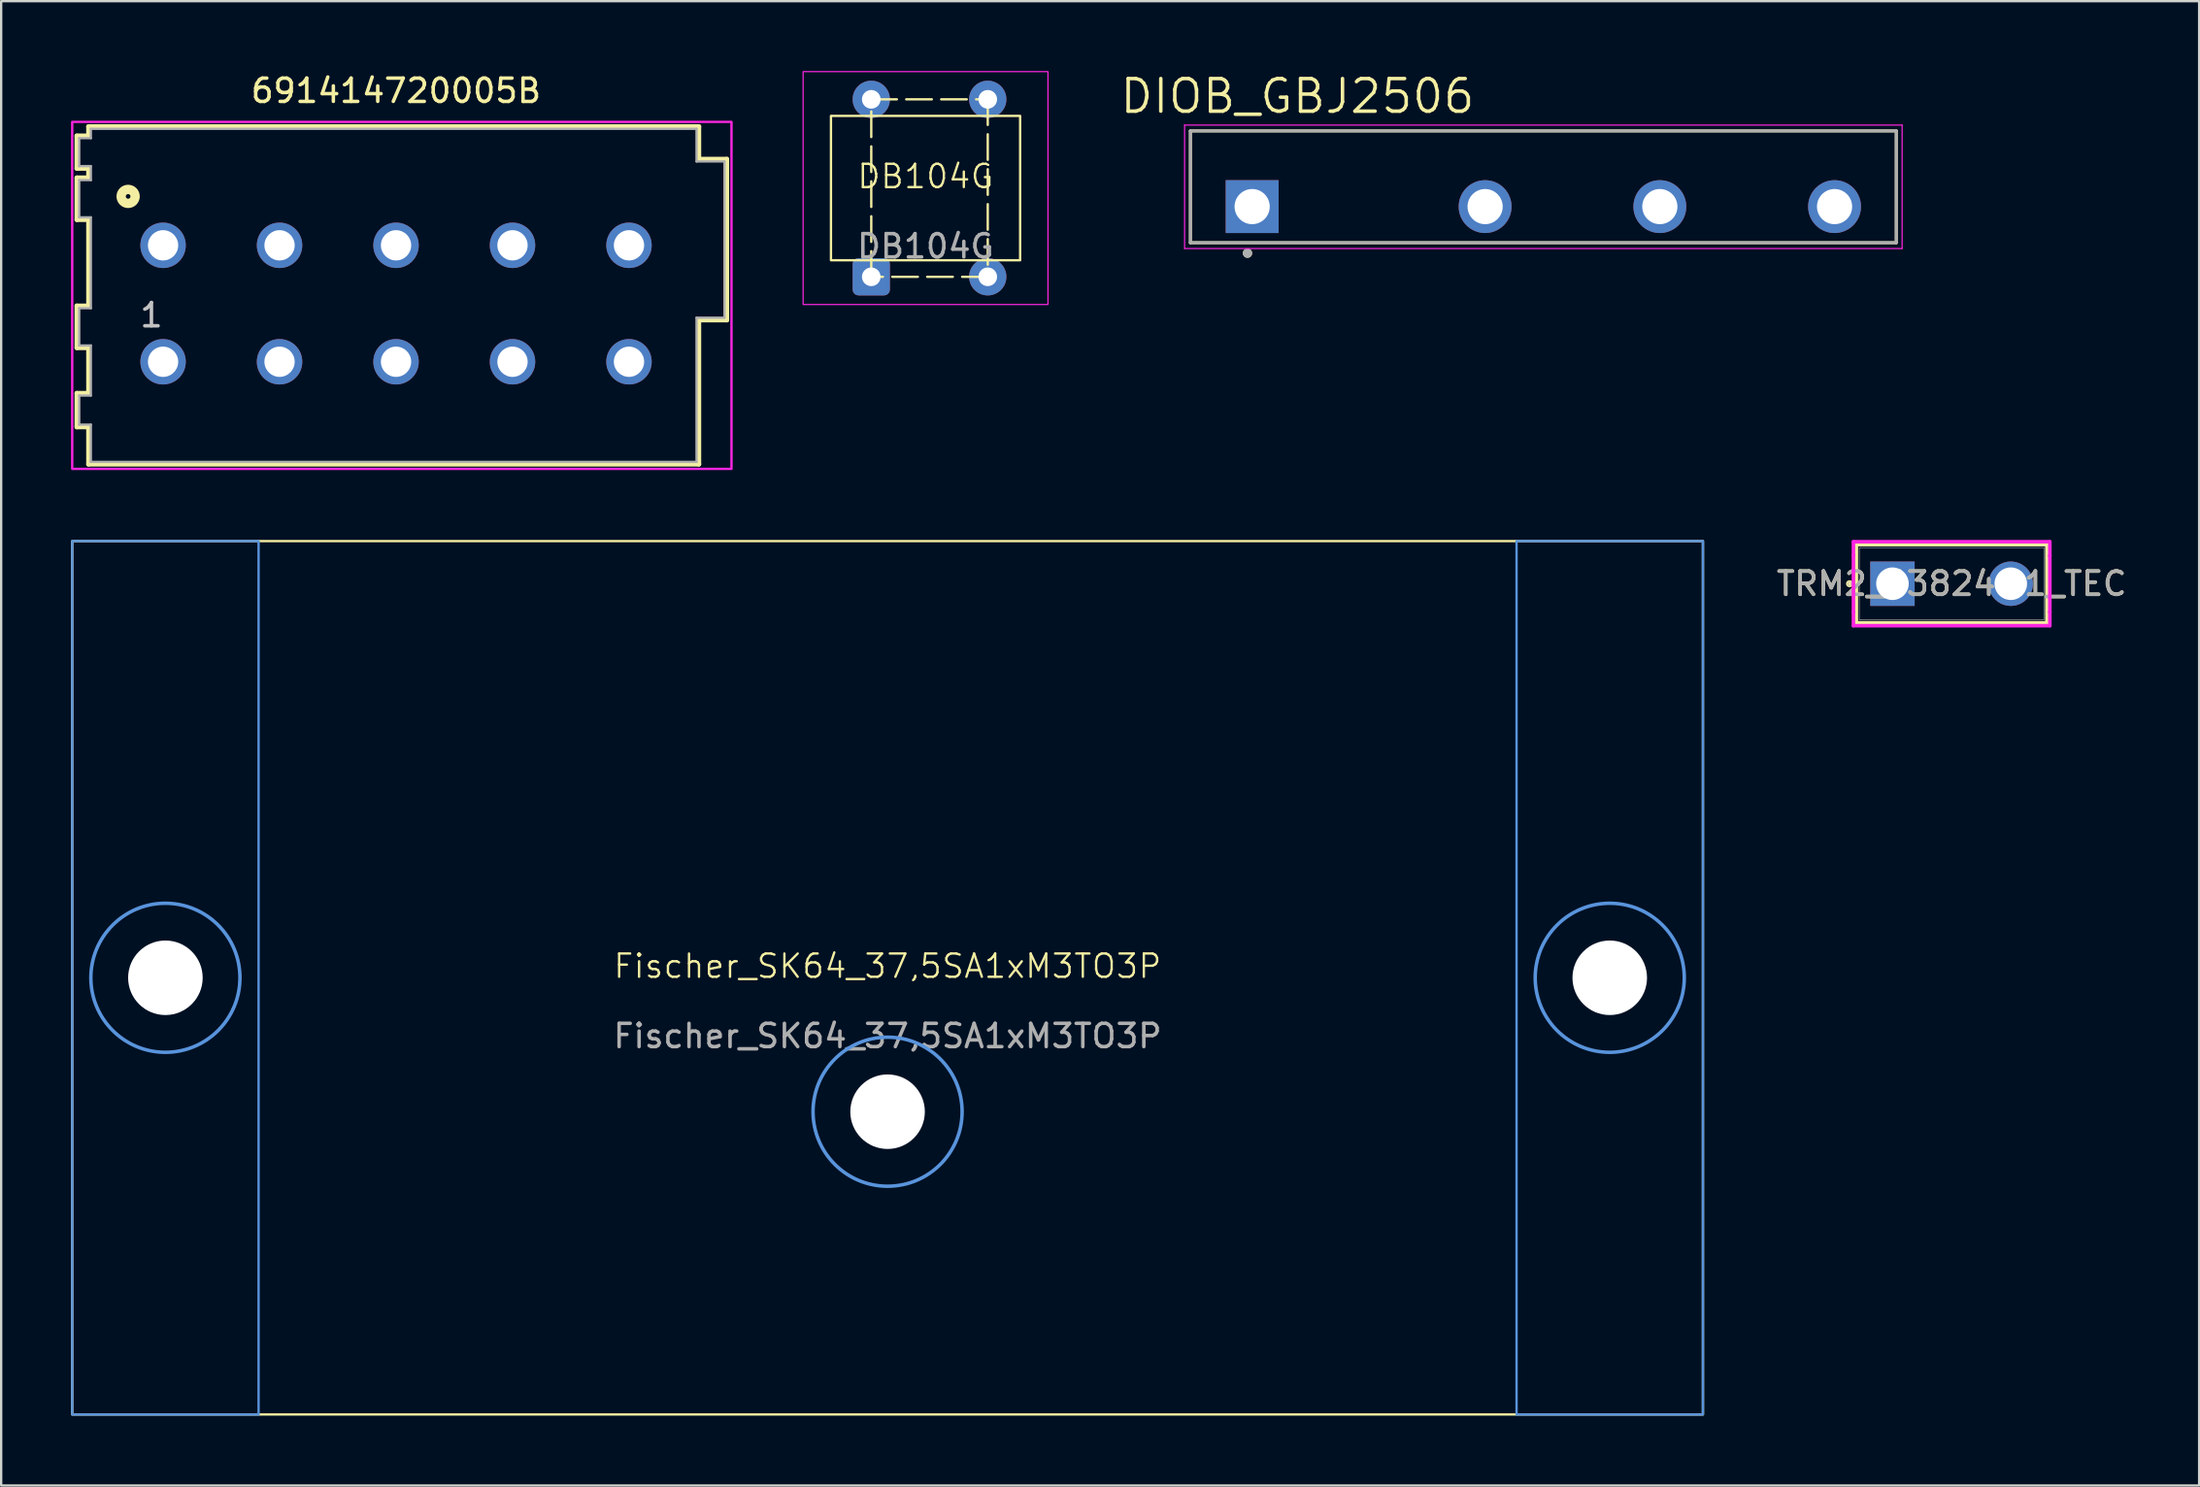
<source format=kicad_pcb>
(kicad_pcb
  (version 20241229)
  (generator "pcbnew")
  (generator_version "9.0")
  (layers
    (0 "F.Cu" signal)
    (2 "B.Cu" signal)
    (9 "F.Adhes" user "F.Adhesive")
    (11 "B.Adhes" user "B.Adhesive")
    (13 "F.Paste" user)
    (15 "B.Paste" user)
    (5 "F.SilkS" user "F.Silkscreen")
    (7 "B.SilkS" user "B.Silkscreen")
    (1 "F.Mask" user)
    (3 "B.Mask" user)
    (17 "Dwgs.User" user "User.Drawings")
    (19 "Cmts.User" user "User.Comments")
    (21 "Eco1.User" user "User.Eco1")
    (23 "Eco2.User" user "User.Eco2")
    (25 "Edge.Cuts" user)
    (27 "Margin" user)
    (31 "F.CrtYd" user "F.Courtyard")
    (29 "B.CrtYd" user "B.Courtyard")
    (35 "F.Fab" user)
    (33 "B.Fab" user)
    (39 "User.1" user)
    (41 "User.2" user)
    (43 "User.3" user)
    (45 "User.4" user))
  (footprint "Fischer_SK64_37,5SA1xM3TO3P"
    (layer "F.Cu")
    (at 35.05 38.933)
    (property "Reference" "Fischer_SK64_37,5SA1xM3TO3P" (at 0 -0.5 0) (unlocked yes) (layer "F.SilkS") (effects (font (size 1 1) (thickness 0.1))))
    (fp_rect (start -35 -18.75) (end 35 18.75) (stroke (width 0.1) (type solid)) (fill no) (layer "F.SilkS"))
    (fp_rect (start -35 -18.75) (end -27 18.75) (stroke (width 0.1) (type solid)) (fill no) (layer "Cmts.User"))
    (fp_rect (start 27 -18.75) (end 35 18.75) (stroke (width 0.1) (type solid)) (fill no) (layer "Cmts.User"))
    (fp_circle (center -31 0) (end -27.8 0) (stroke (width 0.15) (type solid)) (fill no) (layer "Cmts.User"))
    (fp_circle (center 0 5.75) (end 3.2 5.75) (stroke (width 0.15) (type solid)) (fill no) (layer "Cmts.User"))
    (fp_circle (center 31 0) (end 34.2 0) (stroke (width 0.15) (type solid)) (fill no) (layer "Cmts.User"))
    (fp_text user "${REFERENCE}" (at 0 2.5 0) (unlocked yes) (layer "F.Fab") (effects (font (size 1 1) (thickness 0.15))))
    (pad "" np_thru_hole circle (at -31 0) (size 3.2 3.2) (drill 3.2) (layers "*.Cu" "*.Mask"))
    (pad "" np_thru_hole circle (at 0 5.75) (size 3.2 3.2) (drill 3.2) (layers "*.Cu" "*.Mask"))
    (pad "" np_thru_hole circle (at 31 0) (size 3.2 3.2) (drill 3.2) (layers "*.Cu" "*.Mask"))
    (zone (net_name "") (layers "F.Cu" "B.Cu") (hatch edge 0.5) (connect_pads) (min_thickness 0.25) (filled_areas_thickness no) (keepout (tracks not_allowed) (vias not_allowed) (pads allowed) (copperpour not_allowed) (footprints allowed)) (placement (enabled no)) (fill) (polygon (pts (xy 7.245 38.754) (xy 7.205 38.397) (xy 7.125 38.047) (xy 7.006 37.709) (xy 6.851 37.385) (xy 6.66 37.082) (xy 6.436 36.801) (xy 6.182 36.547) (xy 5.902 36.323) (xy 5.598 36.133) (xy 5.275 35.977) (xy 4.936 35.858) (xy 4.586 35.778) (xy 4.229 35.738) (xy 3.871 35.738) (xy 3.514 35.778) (xy 3.164 35.858) (xy 2.825 35.977) (xy 2.502 36.133) (xy 2.198 36.323) (xy 1.918 36.547) (xy 1.664 36.801) (xy 1.44 37.082) (xy 1.249 37.385) (xy 1.094 37.709) (xy 0.975 38.047) (xy 0.895 38.397) (xy 0.855 38.754) (xy 0.855 39.113) (xy 0.895 39.469) (xy 0.975 39.819) (xy 1.094 40.158) (xy 1.249 40.481) (xy 1.44 40.785) (xy 1.664 41.066) (xy 1.918 41.319) (xy 2.198 41.543) (xy 2.502 41.734) (xy 2.825 41.89) (xy 3.164 42.008) (xy 3.514 42.088) (xy 3.871 42.128) (xy 4.229 42.128) (xy 4.586 42.088) (xy 4.936 42.008) (xy 5.275 41.89) (xy 5.598 41.734) (xy 5.902 41.543) (xy 6.182 41.319) (xy 6.436 41.066) (xy 6.66 40.785) (xy 6.851 40.481) (xy 7.006 40.158) (xy 7.125 39.819) (xy 7.205 39.469) (xy 7.245 39.113))))
    (zone (net_name "") (layers "F.Cu" "B.Cu") (hatch edge 0.5) (connect_pads) (min_thickness 0.25) (filled_areas_thickness no) (keepout (tracks not_allowed) (vias not_allowed) (pads allowed) (copperpour not_allowed) (footprints allowed)) (placement (enabled no)) (fill) (polygon (pts (xy 69.245 38.756) (xy 69.205 38.4) (xy 69.125 38.05) (xy 69.007 37.711) (xy 68.851 37.388) (xy 68.66 37.084) (xy 68.436 36.803) (xy 68.183 36.55) (xy 67.902 36.326) (xy 67.598 36.135) (xy 67.275 35.979) (xy 66.936 35.861) (xy 66.586 35.781) (xy 66.23 35.741) (xy 65.871 35.741) (xy 65.514 35.781) (xy 65.165 35.861) (xy 64.826 35.979) (xy 64.503 36.135) (xy 64.199 36.326) (xy 63.918 36.55) (xy 63.664 36.803) (xy 63.441 37.084) (xy 63.25 37.388) (xy 63.094 37.711) (xy 62.975 38.05) (xy 62.896 38.4) (xy 62.855 38.756) (xy 62.855 39.115) (xy 62.896 39.472) (xy 62.975 39.822) (xy 63.094 40.16) (xy 63.25 40.484) (xy 63.441 40.788) (xy 63.664 41.068) (xy 63.918 41.322) (xy 64.199 41.546) (xy 64.503 41.736) (xy 64.826 41.892) (xy 65.165 42.011) (xy 65.514 42.091) (xy 65.871 42.131) (xy 66.23 42.131) (xy 66.586 42.091) (xy 66.936 42.011) (xy 67.275 41.892) (xy 67.598 41.736) (xy 67.902 41.546) (xy 68.183 41.322) (xy 68.436 41.068) (xy 68.66 40.788) (xy 68.851 40.484) (xy 69.007 40.16) (xy 69.125 39.822) (xy 69.205 39.472) (xy 69.245 39.115))))
    (zone (net_name "") (layers "F.Cu" "F.Paste") (hatch edge 0.5) (connect_pads) (min_thickness 0.25) (filled_areas_thickness no) (keepout (tracks allowed) (vias not_allowed) (pads allowed) (copperpour allowed) (footprints not_allowed)) (placement (enabled no)) (fill) (polygon (pts (xy 8.05 20.183) (xy 8.05 57.682) (xy 0.05 57.683) (xy 0.05 20.183))))
    (zone (net_name "") (layers "F.Cu" "F.Paste") (hatch edge 0.5) (connect_pads) (min_thickness 0.25) (filled_areas_thickness no) (keepout (tracks allowed) (vias not_allowed) (pads allowed) (copperpour allowed) (footprints not_allowed)) (placement (enabled yes) (component_class "")) (fill) (polygon (pts (xy 70.05 20.183) (xy 70.05 57.682) (xy 62.05 57.683) (xy 62.05 20.183)))))
  (footprint "TRM2_63824-1_TEC"
    (layer "F.Cu")
    (at 78.185 22.013)
    (property "Reference" "TRM2_63824-1_TEC" (at 2.54 0 0) (unlocked yes) (layer "F.SilkS") (effects (font (size 1 1) (thickness 0.15))))
    (attr through_hole)
    (fp_line (start -1.549 -1.676) (end -1.549 1.676) (stroke (width 0.152) (type solid)) (layer "F.SilkS"))
    (fp_line (start -1.549 1.676) (end 6.629 1.676) (stroke (width 0.152) (type solid)) (layer "F.SilkS"))
    (fp_line (start 6.629 -1.676) (end -1.549 -1.676) (stroke (width 0.152) (type solid)) (layer "F.SilkS"))
    (fp_line (start 6.629 1.676) (end 6.629 -1.676) (stroke (width 0.152) (type solid)) (layer "F.SilkS"))
    (fp_circle (center -1.841 0) (end -1.765 0) (stroke (width 0.152) (type solid)) (fill no) (layer "F.SilkS"))
    (fp_line (start -1.676 -1.803) (end 6.756 -1.803) (stroke (width 0.152) (type solid)) (layer "F.CrtYd"))
    (fp_line (start -1.676 -1.206) (end -1.676 -1.803) (stroke (width 0.152) (type solid)) (layer "F.CrtYd"))
    (fp_line (start -1.676 -1.206) (end -1.676 -1.206) (stroke (width 0.152) (type solid)) (layer "F.CrtYd"))
    (fp_line (start -1.676 1.206) (end -1.676 -1.206) (stroke (width 0.152) (type solid)) (layer "F.CrtYd"))
    (fp_line (start -1.676 1.206) (end -1.676 1.206) (stroke (width 0.152) (type solid)) (layer "F.CrtYd"))
    (fp_line (start -1.676 1.803) (end -1.676 1.206) (stroke (width 0.152) (type solid)) (layer "F.CrtYd"))
    (fp_line (start 6.756 -1.803) (end 6.756 -1.206) (stroke (width 0.152) (type solid)) (layer "F.CrtYd"))
    (fp_line (start 6.756 -1.206) (end 6.756 -1.206) (stroke (width 0.152) (type solid)) (layer "F.CrtYd"))
    (fp_line (start 6.756 -1.206) (end 6.756 1.206) (stroke (width 0.152) (type solid)) (layer "F.CrtYd"))
    (fp_line (start 6.756 1.206) (end 6.756 1.206) (stroke (width 0.152) (type solid)) (layer "F.CrtYd"))
    (fp_line (start 6.756 1.206) (end 6.756 1.803) (stroke (width 0.152) (type solid)) (layer "F.CrtYd"))
    (fp_line (start 6.756 1.803) (end -1.676 1.803) (stroke (width 0.152) (type solid)) (layer "F.CrtYd"))
    (fp_line (start -1.422 -1.549) (end -1.422 1.549) (stroke (width 0.025) (type solid)) (layer "F.Fab"))
    (fp_line (start -1.422 1.549) (end 6.502 1.549) (stroke (width 0.025) (type solid)) (layer "F.Fab"))
    (fp_line (start 6.502 -1.549) (end -1.422 -1.549) (stroke (width 0.025) (type solid)) (layer "F.Fab"))
    (fp_line (start 6.502 1.549) (end 6.502 -1.549) (stroke (width 0.025) (type solid)) (layer "F.Fab"))
    (fp_circle (center -1.841 0) (end -1.765 0) (stroke (width 0.025) (type solid)) (fill no) (layer "F.Fab"))
    (fp_text user "${REFERENCE}" (at 2.54 0 0) (unlocked yes) (layer "F.Fab") (effects (font (size 1 1) (thickness 0.15))))
    (pad "1" thru_hole rect (at 0 0) (size 1.905 1.905) (drill 1.397) (layers "*.Cu" "*.Mask"))
    (pad "2" thru_hole circle (at 5.08 0) (size 1.905 1.905) (drill 1.397) (layers "*.Cu" "*.Mask")))
  (footprint "DB104G"
    (layer "F.Cu")
    (at 36.68 5.025)
    (property "Reference" "DB104G" (at 0 -0.5 0) (unlocked yes) (layer "F.SilkS") (effects (font (size 1 1) (thickness 0.1))))
    (attr through_hole)
    (fp_rect (start -4.06 -3.1) (end 4.06 3.1) (stroke (width 0.1) (type solid)) (fill no) (layer "F.SilkS"))
    (fp_rect (start -2.33 -3.81) (end 2.67 3.81) (stroke (width 0.1) (type dash)) (fill no) (layer "F.SilkS"))
    (fp_rect (start -5.255 -5) (end 5.255 5) (stroke (width 0.05) (type solid)) (fill no) (layer "F.CrtYd"))
    (fp_text user "${REFERENCE}" (at 0 2.5 0) (unlocked yes) (layer "F.Fab") (effects (font (size 1 1) (thickness 0.15))))
    (pad "1" thru_hole circle (at 2.67 -3.81 90) (size 1.6 1.6) (drill 0.8) (layers "*.Cu" "*.Mask"))
    (pad "2" thru_hole circle (at -2.33 -3.81 90) (size 1.6 1.6) (drill 0.8) (layers "*.Cu" "*.Mask"))
    (pad "3" thru_hole roundrect (at -2.33 3.81 90) (size 1.6 1.6) (drill 0.8) (layers "*.Cu" "*.Mask") (roundrect_rratio 0.156))
    (pad "4" thru_hole circle (at 2.67 3.81 90) (size 1.6 1.6) (drill 0.8) (layers "*.Cu" "*.Mask")))
  (footprint "691414720005B"
    (layer "F.Cu")
    (at 13.95 9.983)
    (property "Reference" "691414720005B" (at 0 -9.135 0) (layer "F.SilkS") (effects (font (size 1 1) (thickness 0.15))))
    (attr through_hole)
    (fp_line (start -13.7 -7.2) (end -13.2 -7.2) (stroke (width 0.2) (type solid)) (layer "F.SilkS"))
    (fp_line (start -13.7 -5.8) (end -13.7 -7.2) (stroke (width 0.2) (type solid)) (layer "F.SilkS"))
    (fp_line (start -13.7 -5.4) (end -13.2 -5.4) (stroke (width 0.2) (type solid)) (layer "F.SilkS"))
    (fp_line (start -13.7 -3.6) (end -13.7 -5.4) (stroke (width 0.2) (type solid)) (layer "F.SilkS"))
    (fp_line (start -13.7 0.1) (end -13.2 0.1) (stroke (width 0.2) (type solid)) (layer "F.SilkS"))
    (fp_line (start -13.7 1.9) (end -13.7 0.1) (stroke (width 0.2) (type solid)) (layer "F.SilkS"))
    (fp_line (start -13.7 3.85) (end -13.2 3.85) (stroke (width 0.2) (type solid)) (layer "F.SilkS"))
    (fp_line (start -13.7 5.3) (end -13.7 3.85) (stroke (width 0.2) (type solid)) (layer "F.SilkS"))
    (fp_line (start -13.2 -7.6) (end 13 -7.6) (stroke (width 0.2) (type solid)) (layer "F.SilkS"))
    (fp_line (start -13.2 -7.2) (end -13.2 -7.6) (stroke (width 0.2) (type solid)) (layer "F.SilkS"))
    (fp_line (start -13.2 -5.8) (end -13.7 -5.8) (stroke (width 0.2) (type solid)) (layer "F.SilkS"))
    (fp_line (start -13.2 -5.4) (end -13.2 -5.8) (stroke (width 0.2) (type solid)) (layer "F.SilkS"))
    (fp_line (start -13.2 -3.6) (end -13.7 -3.6) (stroke (width 0.2) (type solid)) (layer "F.SilkS"))
    (fp_line (start -13.2 0.1) (end -13.2 -3.6) (stroke (width 0.2) (type solid)) (layer "F.SilkS"))
    (fp_line (start -13.2 1.9) (end -13.7 1.9) (stroke (width 0.2) (type solid)) (layer "F.SilkS"))
    (fp_line (start -13.2 3.85) (end -13.2 1.9) (stroke (width 0.2) (type solid)) (layer "F.SilkS"))
    (fp_line (start -13.2 5.3) (end -13.7 5.3) (stroke (width 0.2) (type solid)) (layer "F.SilkS"))
    (fp_line (start -13.2 6.9) (end -13.2 5.3) (stroke (width 0.2) (type solid)) (layer "F.SilkS"))
    (fp_line (start 13 -7.6) (end 13 -6.2) (stroke (width 0.2) (type solid)) (layer "F.SilkS"))
    (fp_line (start 13 -6.2) (end 14.2 -6.2) (stroke (width 0.2) (type solid)) (layer "F.SilkS"))
    (fp_line (start 13 0.71) (end 13 6.9) (stroke (width 0.2) (type solid)) (layer "F.SilkS"))
    (fp_line (start 13 6.9) (end -13.2 6.9) (stroke (width 0.2) (type solid)) (layer "F.SilkS"))
    (fp_line (start 14.2 -6.2) (end 14.2 0.71) (stroke (width 0.2) (type solid)) (layer "F.SilkS"))
    (fp_line (start 14.2 0.71) (end 13 0.71) (stroke (width 0.2) (type solid)) (layer "F.SilkS"))
    (fp_circle (center -11.5 -4.6) (end -11.4 -4.6) (stroke (width 0.4) (type solid)) (fill no) (layer "F.SilkS"))
    (fp_poly (pts (xy -13.9 -7.8) (xy 14.4 -7.8) (xy 14.4 7.1) (xy -13.9 7.1)) (stroke (width 0.1) (type solid)) (fill no) (layer "F.CrtYd"))
    (fp_line (start -13.6 -7.1) (end -13.6 -5.9) (stroke (width 0.1) (type solid)) (layer "F.Fab"))
    (fp_line (start -13.6 -5.9) (end -13.1 -5.9) (stroke (width 0.1) (type solid)) (layer "F.Fab"))
    (fp_line (start -13.6 -5.3) (end -13.6 -3.7) (stroke (width 0.1) (type solid)) (layer "F.Fab"))
    (fp_line (start -13.6 -5.3) (end -13.1 -5.3) (stroke (width 0.1) (type solid)) (layer "F.Fab"))
    (fp_line (start -13.6 -3.7) (end -13.1 -3.7) (stroke (width 0.1) (type solid)) (layer "F.Fab"))
    (fp_line (start -13.6 0.2) (end -13.6 1.8) (stroke (width 0.1) (type solid)) (layer "F.Fab"))
    (fp_line (start -13.6 0.2) (end -13.1 0.2) (stroke (width 0.1) (type solid)) (layer "F.Fab"))
    (fp_line (start -13.6 1.8) (end -13.1 1.8) (stroke (width 0.1) (type solid)) (layer "F.Fab"))
    (fp_line (start -13.6 3.95) (end -13.6 5.2) (stroke (width 0.1) (type solid)) (layer "F.Fab"))
    (fp_line (start -13.6 3.95) (end -13.1 3.95) (stroke (width 0.1) (type solid)) (layer "F.Fab"))
    (fp_line (start -13.6 5.2) (end -13.1 5.2) (stroke (width 0.1) (type solid)) (layer "F.Fab"))
    (fp_line (start -13.1 -7.5) (end 12.9 -7.5) (stroke (width 0.1) (type solid)) (layer "F.Fab"))
    (fp_line (start -13.1 -7.1) (end -13.6 -7.1) (stroke (width 0.1) (type solid)) (layer "F.Fab"))
    (fp_line (start -13.1 -7.1) (end -13.1 -7.5) (stroke (width 0.1) (type solid)) (layer "F.Fab"))
    (fp_line (start -13.1 -5.3) (end -13.1 -5.9) (stroke (width 0.1) (type solid)) (layer "F.Fab"))
    (fp_line (start -13.1 0.2) (end -13.1 -3.7) (stroke (width 0.1) (type solid)) (layer "F.Fab"))
    (fp_line (start -13.1 3.95) (end -13.1 1.8) (stroke (width 0.1) (type solid)) (layer "F.Fab"))
    (fp_line (start -13.1 6.8) (end -13.1 5.2) (stroke (width 0.1) (type solid)) (layer "F.Fab"))
    (fp_line (start 12.9 -7.5) (end 12.9 -6.1) (stroke (width 0.1) (type solid)) (layer "F.Fab"))
    (fp_line (start 12.9 -6.1) (end 14.1 -6.1) (stroke (width 0.1) (type solid)) (layer "F.Fab"))
    (fp_line (start 12.9 0.61) (end 12.9 6.8) (stroke (width 0.1) (type solid)) (layer "F.Fab"))
    (fp_line (start 12.9 6.8) (end -13.1 6.8) (stroke (width 0.1) (type solid)) (layer "F.Fab"))
    (fp_line (start 14.1 -6.1) (end 14.1 0.61) (stroke (width 0.1) (type solid)) (layer "F.Fab"))
    (fp_line (start 14.1 0.61) (end 12.9 0.61) (stroke (width 0.1) (type solid)) (layer "F.Fab"))
    (fp_text user "1" (at -10.5 0.5 0) (layer "Dwgs.User") (effects (font (size 1 1) (thickness 0.15))))
    (pad "1" thru_hole circle (at -10 -2.5) (size 1.95 1.95) (drill 1.3) (layers "*.Cu" "*.Mask"))
    (pad "2" thru_hole circle (at -5 -2.5) (size 1.95 1.95) (drill 1.3) (layers "*.Cu" "*.Mask"))
    (pad "3" thru_hole circle (at 0 -2.5) (size 1.95 1.95) (drill 1.3) (layers "*.Cu" "*.Mask"))
    (pad "4" thru_hole circle (at 5 -2.5) (size 1.95 1.95) (drill 1.3) (layers "*.Cu" "*.Mask"))
    (pad "5" thru_hole circle (at 10 -2.5) (size 1.95 1.95) (drill 1.3) (layers "*.Cu" "*.Mask"))
    (pad "A1" thru_hole circle (at -10 2.5) (size 1.95 1.95) (drill 1.3) (layers "*.Cu" "*.Mask"))
    (pad "A2" thru_hole circle (at -5 2.5) (size 1.95 1.95) (drill 1.3) (layers "*.Cu" "*.Mask"))
    (pad "A3" thru_hole circle (at 0 2.5) (size 1.95 1.95) (drill 1.3) (layers "*.Cu" "*.Mask"))
    (pad "A4" thru_hole circle (at 5 2.5) (size 1.95 1.95) (drill 1.3) (layers "*.Cu" "*.Mask"))
    (pad "A5" thru_hole circle (at 10 2.5) (size 1.95 1.95) (drill 1.3) (layers "*.Cu" "*.Mask")))
  (footprint "DIOB_GBJ2506"
    (layer "F.Cu")
    (at 63.2 4.971)
    (property "Reference" "DIOB_GBJ2506" (at -10.555 -3.889 0) (layer "F.SilkS") (effects (font (size 1.4 1.4) (thickness 0.15))))
    (attr through_hole)
    (fp_line (start -15.15 -2.4) (end -15.15 2.4) (stroke (width 0.127) (type solid)) (layer "F.SilkS"))
    (fp_line (start -15.15 2.4) (end 15.15 2.4) (stroke (width 0.127) (type solid)) (layer "F.SilkS"))
    (fp_line (start 15.15 -2.4) (end -15.15 -2.4) (stroke (width 0.127) (type solid)) (layer "F.SilkS"))
    (fp_line (start 15.15 2.4) (end 15.15 -2.4) (stroke (width 0.127) (type solid)) (layer "F.SilkS"))
    (fp_circle (center -12.7 2.85) (end -12.6 2.85) (stroke (width 0.2) (type solid)) (fill no) (layer "F.SilkS"))
    (fp_line (start -15.4 -2.65) (end 15.4 -2.65) (stroke (width 0.05) (type solid)) (layer "F.CrtYd"))
    (fp_line (start -15.4 2.65) (end -15.4 -2.65) (stroke (width 0.05) (type solid)) (layer "F.CrtYd"))
    (fp_line (start 15.4 -2.65) (end 15.4 2.65) (stroke (width 0.05) (type solid)) (layer "F.CrtYd"))
    (fp_line (start 15.4 2.65) (end -15.4 2.65) (stroke (width 0.05) (type solid)) (layer "F.CrtYd"))
    (fp_line (start -15.15 -2.4) (end -15.15 2.4) (stroke (width 0.127) (type solid)) (layer "F.Fab"))
    (fp_line (start -15.15 2.4) (end 15.15 2.4) (stroke (width 0.127) (type solid)) (layer "F.Fab"))
    (fp_line (start 15.15 -2.4) (end -15.15 -2.4) (stroke (width 0.127) (type solid)) (layer "F.Fab"))
    (fp_line (start 15.15 2.4) (end 15.15 -2.4) (stroke (width 0.127) (type solid)) (layer "F.Fab"))
    (fp_circle (center -12.7 2.85) (end -12.6 2.85) (stroke (width 0.2) (type solid)) (fill no) (layer "F.Fab"))
    (pad "1" thru_hole rect (at -12.5 0.85) (size 2.27 2.27) (drill 1.51) (layers "*.Cu" "*.Mask"))
    (pad "2" thru_hole circle (at -2.5 0.85) (size 2.27 2.27) (drill 1.51) (layers "*.Cu" "*.Mask"))
    (pad "3" thru_hole circle (at 5 0.85) (size 2.27 2.27) (drill 1.51) (layers "*.Cu" "*.Mask"))
    (pad "4" thru_hole circle (at 12.5 0.85) (size 2.27 2.27) (drill 1.51) (layers "*.Cu" "*.Mask")))
  (gr_rect
    (start -3 -3)
    (end 91.35 60.733)
    (stroke (width 0.1) (type default))
    (fill no)
    (layer "Edge.Cuts")))
</source>
